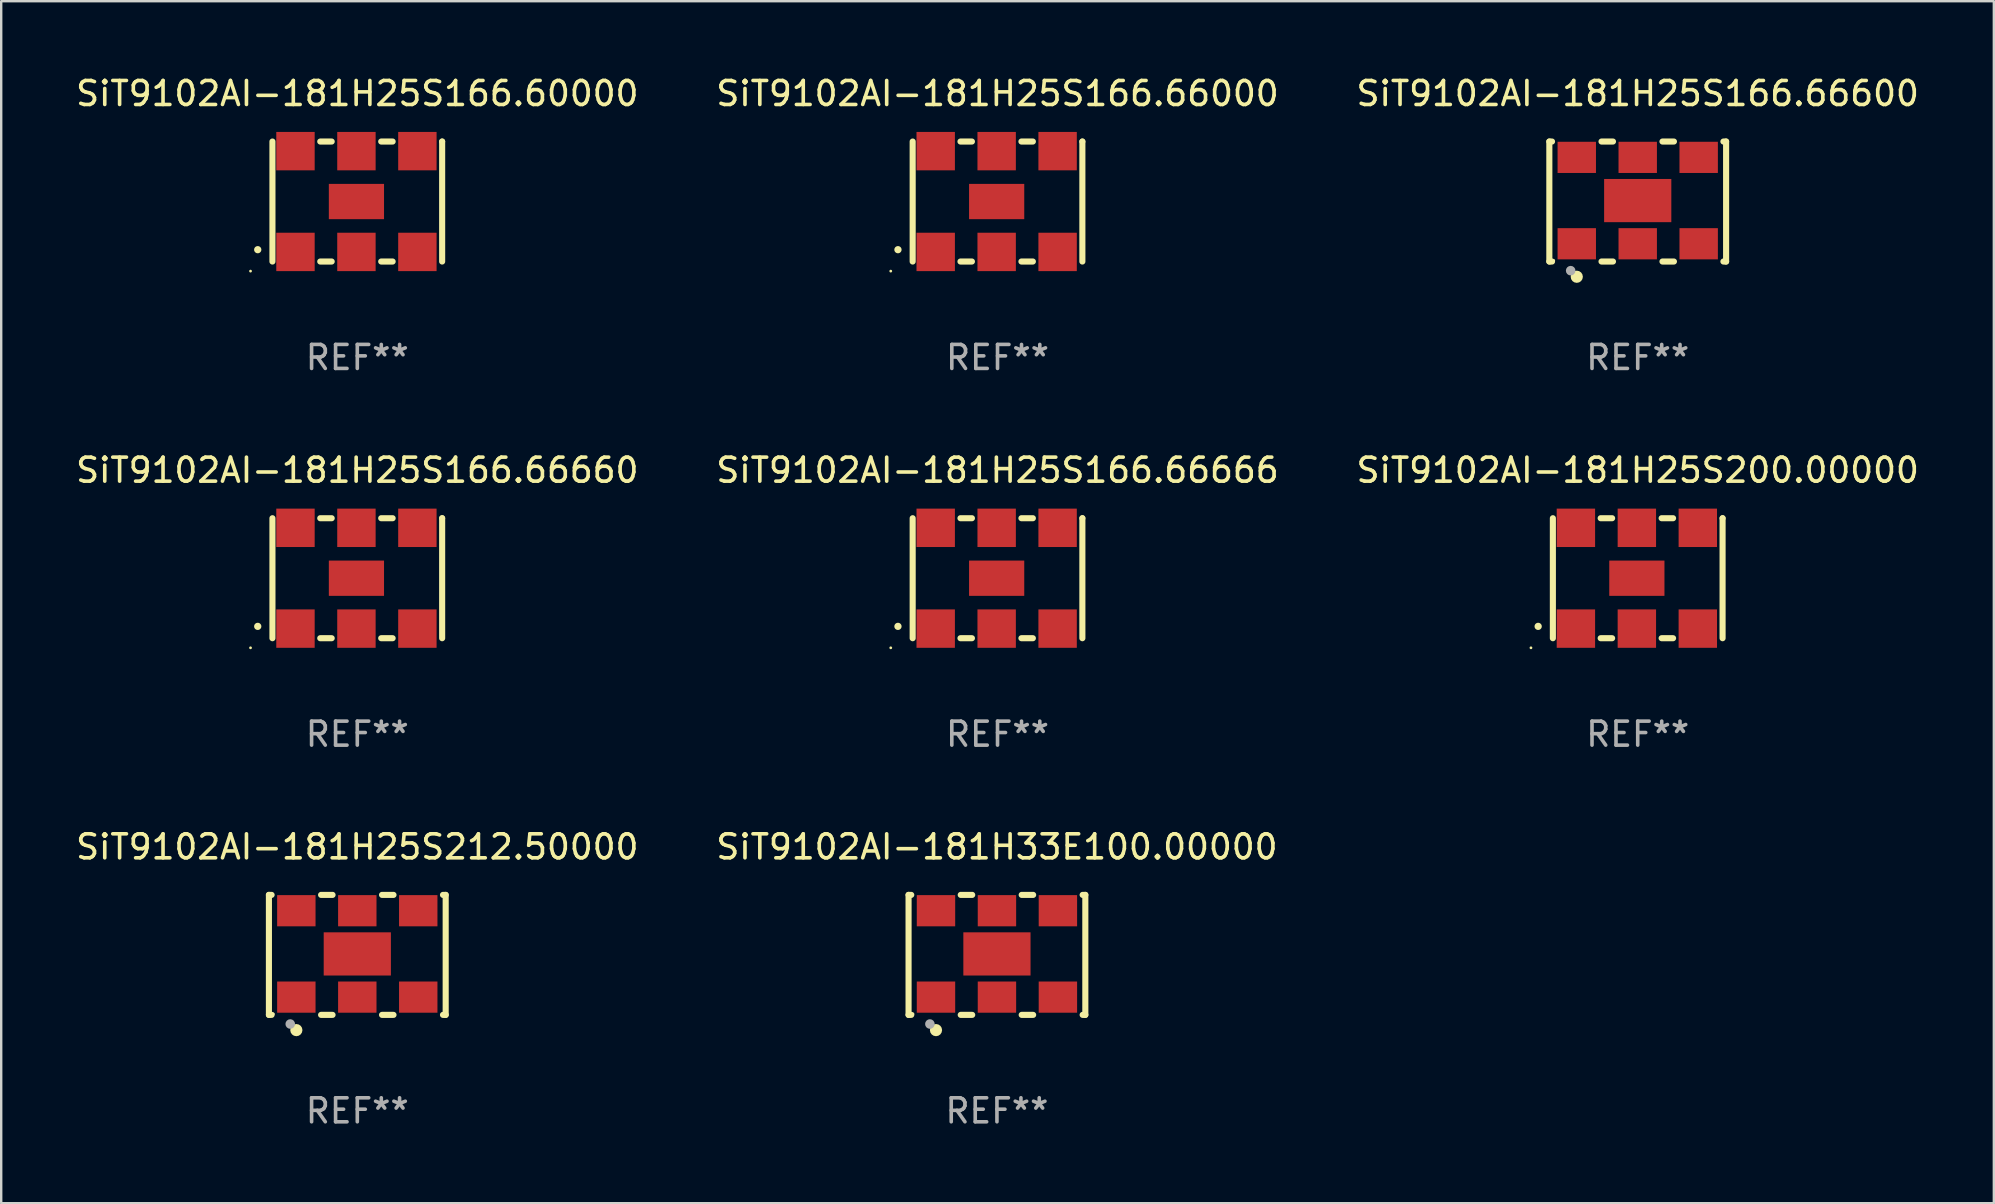
<source format=kicad_pcb>
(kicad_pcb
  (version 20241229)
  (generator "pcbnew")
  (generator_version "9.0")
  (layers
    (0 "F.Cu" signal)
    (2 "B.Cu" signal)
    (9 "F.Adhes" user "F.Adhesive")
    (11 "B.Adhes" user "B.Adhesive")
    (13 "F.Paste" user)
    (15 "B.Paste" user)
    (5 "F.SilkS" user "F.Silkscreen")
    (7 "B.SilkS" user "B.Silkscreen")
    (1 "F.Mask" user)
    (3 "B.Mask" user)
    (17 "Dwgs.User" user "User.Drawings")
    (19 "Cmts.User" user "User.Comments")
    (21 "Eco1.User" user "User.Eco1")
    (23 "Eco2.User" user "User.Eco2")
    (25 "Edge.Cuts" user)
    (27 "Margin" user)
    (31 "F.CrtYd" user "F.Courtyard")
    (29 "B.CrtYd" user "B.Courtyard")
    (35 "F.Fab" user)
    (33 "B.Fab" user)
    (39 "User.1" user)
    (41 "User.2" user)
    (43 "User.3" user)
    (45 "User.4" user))
  (footprint "SiT9102AI-181H25S166.66600"
    (layer "F.Cu")
    (at 65.196 5.348)
    (property "Reference" "SiT9102AI-181H25S166.66600" (at 0 -4.5 0) (layer "F.SilkS") (effects (font (size 1 1) (thickness 0.15))))
    (attr through_hole)
    (fp_line (start -3.683 -2.5) (end -3.571 -2.5) (stroke (width 0.254) (type solid)) (layer "F.SilkS"))
    (fp_line (start -3.683 2.5) (end -3.683 -2.5) (stroke (width 0.254) (type solid)) (layer "F.SilkS"))
    (fp_line (start -3.683 2.5) (end -3.571 2.5) (stroke (width 0.254) (type solid)) (layer "F.SilkS"))
    (fp_line (start -1.509 -2.5) (end -1.031 -2.5) (stroke (width 0.254) (type solid)) (layer "F.SilkS"))
    (fp_line (start -1.509 2.5) (end -1.031 2.5) (stroke (width 0.254) (type solid)) (layer "F.SilkS"))
    (fp_line (start 1.031 -2.5) (end 1.509 -2.5) (stroke (width 0.254) (type solid)) (layer "F.SilkS"))
    (fp_line (start 1.031 2.5) (end 1.509 2.5) (stroke (width 0.254) (type solid)) (layer "F.SilkS"))
    (fp_line (start 3.571 -2.5) (end 3.683 -2.5) (stroke (width 0.254) (type solid)) (layer "F.SilkS"))
    (fp_line (start 3.571 2.5) (end 3.683 2.5) (stroke (width 0.254) (type solid)) (layer "F.SilkS"))
    (fp_line (start 3.683 2.5) (end 3.683 -2.5) (stroke (width 0.254) (type solid)) (layer "F.SilkS"))
    (fp_circle (center -3.5 2.46) (end -3.47 2.46) (stroke (width 0.06) (type solid)) (fill no) (layer "F.SilkS"))
    (fp_circle (center -2.54 3.135) (end -2.413 3.135) (stroke (width 0.254) (type solid)) (fill no) (layer "F.SilkS"))
    (fp_circle (center -2.794 2.881) (end -2.694 2.881) (stroke (width 0.2) (type solid)) (fill no) (layer "F.Fab"))
    (fp_text user "REF**" (at 0 6.5 0) (layer "F.Fab") (effects (font (size 1 1) (thickness 0.15))))
    (pad "1" smd rect (at -2.54 1.76) (size 1.6 1.3) (layers "F.Cu" "F.Mask" "F.Paste"))
    (pad "2" smd rect (at 0 1.76) (size 1.6 1.3) (layers "F.Cu" "F.Mask" "F.Paste"))
    (pad "3" smd rect (at 2.54 1.76) (size 1.6 1.3) (layers "F.Cu" "F.Mask" "F.Paste"))
    (pad "4" smd rect (at 2.54 -1.84) (size 1.6 1.3) (layers "F.Cu" "F.Mask" "F.Paste"))
    (pad "5" smd rect (at 0 -1.84) (size 1.6 1.3) (layers "F.Cu" "F.Mask" "F.Paste"))
    (pad "6" smd rect (at -2.54 -1.84) (size 1.6 1.3) (layers "F.Cu" "F.Mask" "F.Paste"))
    (pad "7" smd rect (at 0 -0.04) (size 2.8 1.8) (layers "F.Cu" "F.Mask" "F.Paste")))
  (footprint "SiT9102AI-181H33E100.00000"
    (layer "F.Cu")
    (at 38.494 36.741)
    (property "Reference" "SiT9102AI-181H33E100.00000" (at 0 -4.5 0) (layer "F.SilkS") (effects (font (size 1 1) (thickness 0.15))))
    (attr through_hole)
    (fp_line (start -3.683 -2.5) (end -3.571 -2.5) (stroke (width 0.254) (type solid)) (layer "F.SilkS"))
    (fp_line (start -3.683 2.5) (end -3.683 -2.5) (stroke (width 0.254) (type solid)) (layer "F.SilkS"))
    (fp_line (start -3.683 2.5) (end -3.571 2.5) (stroke (width 0.254) (type solid)) (layer "F.SilkS"))
    (fp_line (start -1.509 -2.5) (end -1.031 -2.5) (stroke (width 0.254) (type solid)) (layer "F.SilkS"))
    (fp_line (start -1.509 2.5) (end -1.031 2.5) (stroke (width 0.254) (type solid)) (layer "F.SilkS"))
    (fp_line (start 1.031 -2.5) (end 1.509 -2.5) (stroke (width 0.254) (type solid)) (layer "F.SilkS"))
    (fp_line (start 1.031 2.5) (end 1.509 2.5) (stroke (width 0.254) (type solid)) (layer "F.SilkS"))
    (fp_line (start 3.571 -2.5) (end 3.683 -2.5) (stroke (width 0.254) (type solid)) (layer "F.SilkS"))
    (fp_line (start 3.571 2.5) (end 3.683 2.5) (stroke (width 0.254) (type solid)) (layer "F.SilkS"))
    (fp_line (start 3.683 2.5) (end 3.683 -2.5) (stroke (width 0.254) (type solid)) (layer "F.SilkS"))
    (fp_circle (center -3.5 2.46) (end -3.47 2.46) (stroke (width 0.06) (type solid)) (fill no) (layer "F.SilkS"))
    (fp_circle (center -2.54 3.135) (end -2.413 3.135) (stroke (width 0.254) (type solid)) (fill no) (layer "F.SilkS"))
    (fp_circle (center -2.794 2.881) (end -2.694 2.881) (stroke (width 0.2) (type solid)) (fill no) (layer "F.Fab"))
    (fp_text user "REF**" (at 0 6.5 0) (layer "F.Fab") (effects (font (size 1 1) (thickness 0.15))))
    (pad "1" smd rect (at -2.54 1.76) (size 1.6 1.3) (layers "F.Cu" "F.Mask" "F.Paste"))
    (pad "2" smd rect (at 0 1.76) (size 1.6 1.3) (layers "F.Cu" "F.Mask" "F.Paste"))
    (pad "3" smd rect (at 2.54 1.76) (size 1.6 1.3) (layers "F.Cu" "F.Mask" "F.Paste"))
    (pad "4" smd rect (at 2.54 -1.84) (size 1.6 1.3) (layers "F.Cu" "F.Mask" "F.Paste"))
    (pad "5" smd rect (at 0 -1.84) (size 1.6 1.3) (layers "F.Cu" "F.Mask" "F.Paste"))
    (pad "6" smd rect (at -2.54 -1.84) (size 1.6 1.3) (layers "F.Cu" "F.Mask" "F.Paste"))
    (pad "7" smd rect (at 0 -0.04) (size 2.8 1.8) (layers "F.Cu" "F.Mask" "F.Paste")))
  (footprint "SiT9102AI-181H25S200.00000"
    (layer "F.Cu")
    (at 65.196 21.045)
    (property "Reference" "SiT9102AI-181H25S200.00000" (at 0 -4.5 0) (layer "F.SilkS") (effects (font (size 1 1) (thickness 0.15))))
    (attr through_hole)
    (fp_line (start -3.536 -2.5) (end -3.536 2.5) (stroke (width 0.254) (type solid)) (layer "F.SilkS"))
    (fp_line (start -1.544 2.5) (end -1.067 2.5) (stroke (width 0.254) (type solid)) (layer "F.SilkS"))
    (fp_line (start -1.067 -2.5) (end -1.544 -2.5) (stroke (width 0.254) (type solid)) (layer "F.SilkS"))
    (fp_line (start 0.996 2.5) (end 1.473 2.5) (stroke (width 0.254) (type solid)) (layer "F.SilkS"))
    (fp_line (start 1.473 -2.5) (end 0.996 -2.5) (stroke (width 0.254) (type solid)) (layer "F.SilkS"))
    (fp_line (start 3.536 -2.5) (end 3.536 -2.5) (stroke (width 0.254) (type solid)) (layer "F.SilkS"))
    (fp_line (start 3.536 2.5) (end 3.536 -2.5) (stroke (width 0.254) (type solid)) (layer "F.SilkS"))
    (fp_arc (start -4.150432 2.006604) (mid -4.149162 2.006599) (end -4.147892 2.006604) (stroke (width 0.3) (type solid)) (layer "F.SilkS"))
    (fp_circle (center -4.449 2.9) (end -4.419 2.9) (stroke (width 0.06) (type solid)) (fill no) (layer "F.SilkS"))
    (fp_text user "REF**" (at 0 6.5 0) (layer "F.Fab") (effects (font (size 1 1) (thickness 0.15))))
    (pad "1" smd rect (at -2.576 2.1) (size 1.6 1.6) (layers "F.Cu" "F.Mask" "F.Paste"))
    (pad "2" smd rect (at -0.036 2.1) (size 1.6 1.6) (layers "F.Cu" "F.Mask" "F.Paste"))
    (pad "3" smd rect (at 2.504 2.1) (size 1.6 1.6) (layers "F.Cu" "F.Mask" "F.Paste"))
    (pad "4" smd rect (at 2.504 -2.1) (size 1.6 1.6) (layers "F.Cu" "F.Mask" "F.Paste"))
    (pad "5" smd rect (at -0.036 -2.1) (size 1.6 1.6) (layers "F.Cu" "F.Mask" "F.Paste"))
    (pad "6" smd rect (at -2.576 -2.1) (size 1.6 1.6) (layers "F.Cu" "F.Mask" "F.Paste"))
    (pad "7" smd rect (at -0.036 0) (size 2.3 1.47) (layers "F.Cu" "F.Mask" "F.Paste")))
  (footprint "SiT9102AI-181H25S166.66000"
    (layer "F.Cu")
    (at 38.518 5.348)
    (property "Reference" "SiT9102AI-181H25S166.66000" (at 0 -4.5 0) (layer "F.SilkS") (effects (font (size 1 1) (thickness 0.15))))
    (attr through_hole)
    (fp_line (start -3.536 -2.5) (end -3.536 2.5) (stroke (width 0.254) (type solid)) (layer "F.SilkS"))
    (fp_line (start -1.544 2.5) (end -1.067 2.5) (stroke (width 0.254) (type solid)) (layer "F.SilkS"))
    (fp_line (start -1.067 -2.5) (end -1.544 -2.5) (stroke (width 0.254) (type solid)) (layer "F.SilkS"))
    (fp_line (start 0.996 2.5) (end 1.473 2.5) (stroke (width 0.254) (type solid)) (layer "F.SilkS"))
    (fp_line (start 1.473 -2.5) (end 0.996 -2.5) (stroke (width 0.254) (type solid)) (layer "F.SilkS"))
    (fp_line (start 3.536 -2.5) (end 3.536 -2.5) (stroke (width 0.254) (type solid)) (layer "F.SilkS"))
    (fp_line (start 3.536 2.5) (end 3.536 -2.5) (stroke (width 0.254) (type solid)) (layer "F.SilkS"))
    (fp_arc (start -4.150432 2.006604) (mid -4.149162 2.006599) (end -4.147892 2.006604) (stroke (width 0.3) (type solid)) (layer "F.SilkS"))
    (fp_circle (center -4.449 2.9) (end -4.419 2.9) (stroke (width 0.06) (type solid)) (fill no) (layer "F.SilkS"))
    (fp_text user "REF**" (at 0 6.5 0) (layer "F.Fab") (effects (font (size 1 1) (thickness 0.15))))
    (pad "1" smd rect (at -2.576 2.1) (size 1.6 1.6) (layers "F.Cu" "F.Mask" "F.Paste"))
    (pad "2" smd rect (at -0.036 2.1) (size 1.6 1.6) (layers "F.Cu" "F.Mask" "F.Paste"))
    (pad "3" smd rect (at 2.504 2.1) (size 1.6 1.6) (layers "F.Cu" "F.Mask" "F.Paste"))
    (pad "4" smd rect (at 2.504 -2.1) (size 1.6 1.6) (layers "F.Cu" "F.Mask" "F.Paste"))
    (pad "5" smd rect (at -0.036 -2.1) (size 1.6 1.6) (layers "F.Cu" "F.Mask" "F.Paste"))
    (pad "6" smd rect (at -2.576 -2.1) (size 1.6 1.6) (layers "F.Cu" "F.Mask" "F.Paste"))
    (pad "7" smd rect (at -0.036 0) (size 2.3 1.47) (layers "F.Cu" "F.Mask" "F.Paste")))
  (footprint "SiT9102AI-181H25S166.66666"
    (layer "F.Cu")
    (at 38.518 21.045)
    (property "Reference" "SiT9102AI-181H25S166.66666" (at 0 -4.5 0) (layer "F.SilkS") (effects (font (size 1 1) (thickness 0.15))))
    (attr through_hole)
    (fp_line (start -3.536 -2.5) (end -3.536 2.5) (stroke (width 0.254) (type solid)) (layer "F.SilkS"))
    (fp_line (start -1.544 2.5) (end -1.067 2.5) (stroke (width 0.254) (type solid)) (layer "F.SilkS"))
    (fp_line (start -1.067 -2.5) (end -1.544 -2.5) (stroke (width 0.254) (type solid)) (layer "F.SilkS"))
    (fp_line (start 0.996 2.5) (end 1.473 2.5) (stroke (width 0.254) (type solid)) (layer "F.SilkS"))
    (fp_line (start 1.473 -2.5) (end 0.996 -2.5) (stroke (width 0.254) (type solid)) (layer "F.SilkS"))
    (fp_line (start 3.536 -2.5) (end 3.536 -2.5) (stroke (width 0.254) (type solid)) (layer "F.SilkS"))
    (fp_line (start 3.536 2.5) (end 3.536 -2.5) (stroke (width 0.254) (type solid)) (layer "F.SilkS"))
    (fp_arc (start -4.150432 2.006604) (mid -4.149162 2.006599) (end -4.147892 2.006604) (stroke (width 0.3) (type solid)) (layer "F.SilkS"))
    (fp_circle (center -4.449 2.9) (end -4.419 2.9) (stroke (width 0.06) (type solid)) (fill no) (layer "F.SilkS"))
    (fp_text user "REF**" (at 0 6.5 0) (layer "F.Fab") (effects (font (size 1 1) (thickness 0.15))))
    (pad "1" smd rect (at -2.576 2.1) (size 1.6 1.6) (layers "F.Cu" "F.Mask" "F.Paste"))
    (pad "2" smd rect (at -0.036 2.1) (size 1.6 1.6) (layers "F.Cu" "F.Mask" "F.Paste"))
    (pad "3" smd rect (at 2.504 2.1) (size 1.6 1.6) (layers "F.Cu" "F.Mask" "F.Paste"))
    (pad "4" smd rect (at 2.504 -2.1) (size 1.6 1.6) (layers "F.Cu" "F.Mask" "F.Paste"))
    (pad "5" smd rect (at -0.036 -2.1) (size 1.6 1.6) (layers "F.Cu" "F.Mask" "F.Paste"))
    (pad "6" smd rect (at -2.576 -2.1) (size 1.6 1.6) (layers "F.Cu" "F.Mask" "F.Paste"))
    (pad "7" smd rect (at -0.036 0) (size 2.3 1.47) (layers "F.Cu" "F.Mask" "F.Paste")))
  (footprint "SiT9102AI-181H25S212.50000"
    (layer "F.Cu")
    (at 11.839 36.741)
    (property "Reference" "SiT9102AI-181H25S212.50000" (at 0 -4.5 0) (layer "F.SilkS") (effects (font (size 1 1) (thickness 0.15))))
    (attr through_hole)
    (fp_line (start -3.683 -2.5) (end -3.571 -2.5) (stroke (width 0.254) (type solid)) (layer "F.SilkS"))
    (fp_line (start -3.683 2.5) (end -3.683 -2.5) (stroke (width 0.254) (type solid)) (layer "F.SilkS"))
    (fp_line (start -3.683 2.5) (end -3.571 2.5) (stroke (width 0.254) (type solid)) (layer "F.SilkS"))
    (fp_line (start -1.509 -2.5) (end -1.031 -2.5) (stroke (width 0.254) (type solid)) (layer "F.SilkS"))
    (fp_line (start -1.509 2.5) (end -1.031 2.5) (stroke (width 0.254) (type solid)) (layer "F.SilkS"))
    (fp_line (start 1.031 -2.5) (end 1.509 -2.5) (stroke (width 0.254) (type solid)) (layer "F.SilkS"))
    (fp_line (start 1.031 2.5) (end 1.509 2.5) (stroke (width 0.254) (type solid)) (layer "F.SilkS"))
    (fp_line (start 3.571 -2.5) (end 3.683 -2.5) (stroke (width 0.254) (type solid)) (layer "F.SilkS"))
    (fp_line (start 3.571 2.5) (end 3.683 2.5) (stroke (width 0.254) (type solid)) (layer "F.SilkS"))
    (fp_line (start 3.683 2.5) (end 3.683 -2.5) (stroke (width 0.254) (type solid)) (layer "F.SilkS"))
    (fp_circle (center -3.5 2.46) (end -3.47 2.46) (stroke (width 0.06) (type solid)) (fill no) (layer "F.SilkS"))
    (fp_circle (center -2.54 3.135) (end -2.413 3.135) (stroke (width 0.254) (type solid)) (fill no) (layer "F.SilkS"))
    (fp_circle (center -2.794 2.881) (end -2.694 2.881) (stroke (width 0.2) (type solid)) (fill no) (layer "F.Fab"))
    (fp_text user "REF**" (at 0 6.5 0) (layer "F.Fab") (effects (font (size 1 1) (thickness 0.15))))
    (pad "1" smd rect (at -2.54 1.76) (size 1.6 1.3) (layers "F.Cu" "F.Mask" "F.Paste"))
    (pad "2" smd rect (at 0 1.76) (size 1.6 1.3) (layers "F.Cu" "F.Mask" "F.Paste"))
    (pad "3" smd rect (at 2.54 1.76) (size 1.6 1.3) (layers "F.Cu" "F.Mask" "F.Paste"))
    (pad "4" smd rect (at 2.54 -1.84) (size 1.6 1.3) (layers "F.Cu" "F.Mask" "F.Paste"))
    (pad "5" smd rect (at 0 -1.84) (size 1.6 1.3) (layers "F.Cu" "F.Mask" "F.Paste"))
    (pad "6" smd rect (at -2.54 -1.84) (size 1.6 1.3) (layers "F.Cu" "F.Mask" "F.Paste"))
    (pad "7" smd rect (at 0 -0.04) (size 2.8 1.8) (layers "F.Cu" "F.Mask" "F.Paste")))
  (footprint "SiT9102AI-181H25S166.60000"
    (layer "F.Cu")
    (at 11.839 5.348)
    (property "Reference" "SiT9102AI-181H25S166.60000" (at 0 -4.5 0) (layer "F.SilkS") (effects (font (size 1 1) (thickness 0.15))))
    (attr through_hole)
    (fp_line (start -3.536 -2.5) (end -3.536 2.5) (stroke (width 0.254) (type solid)) (layer "F.SilkS"))
    (fp_line (start -1.544 2.5) (end -1.067 2.5) (stroke (width 0.254) (type solid)) (layer "F.SilkS"))
    (fp_line (start -1.067 -2.5) (end -1.544 -2.5) (stroke (width 0.254) (type solid)) (layer "F.SilkS"))
    (fp_line (start 0.996 2.5) (end 1.473 2.5) (stroke (width 0.254) (type solid)) (layer "F.SilkS"))
    (fp_line (start 1.473 -2.5) (end 0.996 -2.5) (stroke (width 0.254) (type solid)) (layer "F.SilkS"))
    (fp_line (start 3.536 -2.5) (end 3.536 -2.5) (stroke (width 0.254) (type solid)) (layer "F.SilkS"))
    (fp_line (start 3.536 2.5) (end 3.536 -2.5) (stroke (width 0.254) (type solid)) (layer "F.SilkS"))
    (fp_arc (start -4.150432 2.006604) (mid -4.149162 2.006599) (end -4.147892 2.006604) (stroke (width 0.3) (type solid)) (layer "F.SilkS"))
    (fp_circle (center -4.449 2.9) (end -4.419 2.9) (stroke (width 0.06) (type solid)) (fill no) (layer "F.SilkS"))
    (fp_text user "REF**" (at 0 6.5 0) (layer "F.Fab") (effects (font (size 1 1) (thickness 0.15))))
    (pad "1" smd rect (at -2.576 2.1) (size 1.6 1.6) (layers "F.Cu" "F.Mask" "F.Paste"))
    (pad "2" smd rect (at -0.036 2.1) (size 1.6 1.6) (layers "F.Cu" "F.Mask" "F.Paste"))
    (pad "3" smd rect (at 2.504 2.1) (size 1.6 1.6) (layers "F.Cu" "F.Mask" "F.Paste"))
    (pad "4" smd rect (at 2.504 -2.1) (size 1.6 1.6) (layers "F.Cu" "F.Mask" "F.Paste"))
    (pad "5" smd rect (at -0.036 -2.1) (size 1.6 1.6) (layers "F.Cu" "F.Mask" "F.Paste"))
    (pad "6" smd rect (at -2.576 -2.1) (size 1.6 1.6) (layers "F.Cu" "F.Mask" "F.Paste"))
    (pad "7" smd rect (at -0.036 0) (size 2.3 1.47) (layers "F.Cu" "F.Mask" "F.Paste")))
  (footprint "SiT9102AI-181H25S166.66660"
    (layer "F.Cu")
    (at 11.839 21.045)
    (property "Reference" "SiT9102AI-181H25S166.66660" (at 0 -4.5 0) (layer "F.SilkS") (effects (font (size 1 1) (thickness 0.15))))
    (attr through_hole)
    (fp_line (start -3.536 -2.5) (end -3.536 2.5) (stroke (width 0.254) (type solid)) (layer "F.SilkS"))
    (fp_line (start -1.544 2.5) (end -1.067 2.5) (stroke (width 0.254) (type solid)) (layer "F.SilkS"))
    (fp_line (start -1.067 -2.5) (end -1.544 -2.5) (stroke (width 0.254) (type solid)) (layer "F.SilkS"))
    (fp_line (start 0.996 2.5) (end 1.473 2.5) (stroke (width 0.254) (type solid)) (layer "F.SilkS"))
    (fp_line (start 1.473 -2.5) (end 0.996 -2.5) (stroke (width 0.254) (type solid)) (layer "F.SilkS"))
    (fp_line (start 3.536 -2.5) (end 3.536 -2.5) (stroke (width 0.254) (type solid)) (layer "F.SilkS"))
    (fp_line (start 3.536 2.5) (end 3.536 -2.5) (stroke (width 0.254) (type solid)) (layer "F.SilkS"))
    (fp_arc (start -4.150432 2.006604) (mid -4.149162 2.006599) (end -4.147892 2.006604) (stroke (width 0.3) (type solid)) (layer "F.SilkS"))
    (fp_circle (center -4.449 2.9) (end -4.419 2.9) (stroke (width 0.06) (type solid)) (fill no) (layer "F.SilkS"))
    (fp_text user "REF**" (at 0 6.5 0) (layer "F.Fab") (effects (font (size 1 1) (thickness 0.15))))
    (pad "1" smd rect (at -2.576 2.1) (size 1.6 1.6) (layers "F.Cu" "F.Mask" "F.Paste"))
    (pad "2" smd rect (at -0.036 2.1) (size 1.6 1.6) (layers "F.Cu" "F.Mask" "F.Paste"))
    (pad "3" smd rect (at 2.504 2.1) (size 1.6 1.6) (layers "F.Cu" "F.Mask" "F.Paste"))
    (pad "4" smd rect (at 2.504 -2.1) (size 1.6 1.6) (layers "F.Cu" "F.Mask" "F.Paste"))
    (pad "5" smd rect (at -0.036 -2.1) (size 1.6 1.6) (layers "F.Cu" "F.Mask" "F.Paste"))
    (pad "6" smd rect (at -2.576 -2.1) (size 1.6 1.6) (layers "F.Cu" "F.Mask" "F.Paste"))
    (pad "7" smd rect (at -0.036 0) (size 2.3 1.47) (layers "F.Cu" "F.Mask" "F.Paste")))
  (gr_rect
    (start -3 -3)
    (end 80.036 47.09)
    (stroke (width 0.1) (type default))
    (fill no)
    (layer "Edge.Cuts")))
</source>
